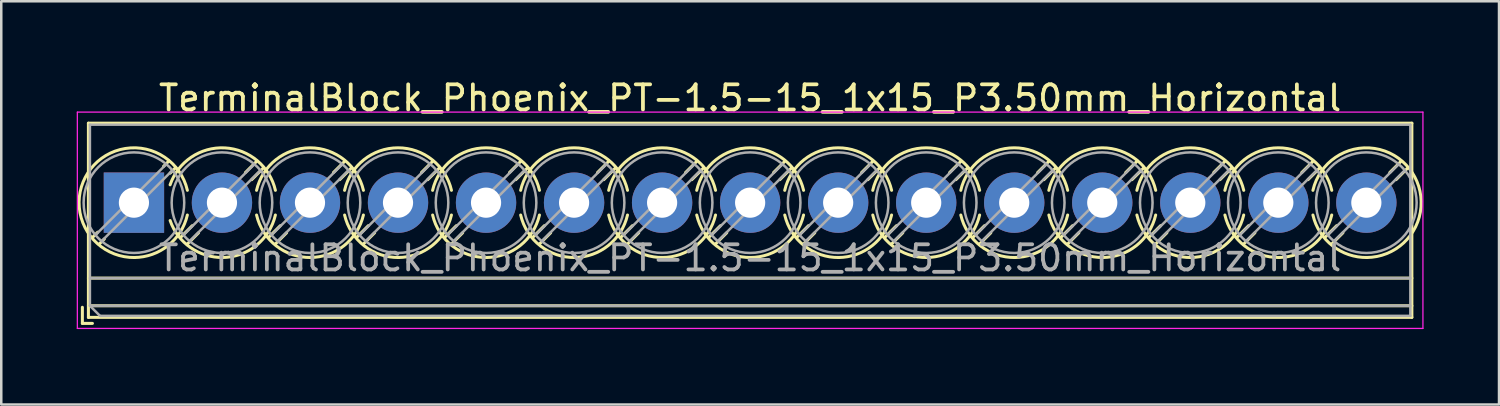
<source format=kicad_pcb>
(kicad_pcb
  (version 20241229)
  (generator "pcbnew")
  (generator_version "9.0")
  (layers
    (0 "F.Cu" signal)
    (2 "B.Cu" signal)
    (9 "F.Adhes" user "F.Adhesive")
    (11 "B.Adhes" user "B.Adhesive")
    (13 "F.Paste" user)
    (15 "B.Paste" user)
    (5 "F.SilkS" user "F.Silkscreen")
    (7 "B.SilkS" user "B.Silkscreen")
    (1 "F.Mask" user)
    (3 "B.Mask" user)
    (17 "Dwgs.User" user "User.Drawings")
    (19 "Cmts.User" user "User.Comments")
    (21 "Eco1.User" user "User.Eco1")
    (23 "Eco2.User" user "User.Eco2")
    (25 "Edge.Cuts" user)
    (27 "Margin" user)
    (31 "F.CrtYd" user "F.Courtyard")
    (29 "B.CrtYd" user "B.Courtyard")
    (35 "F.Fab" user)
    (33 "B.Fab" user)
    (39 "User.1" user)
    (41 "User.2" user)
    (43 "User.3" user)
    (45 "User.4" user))
  (footprint "TerminalBlock_Phoenix_PT-1.5-15_1x15_P3.50mm_Horizontal"
    (layer "F.Cu")
    (at 2.275 5.008)
    (property "Reference" "TerminalBlock_Phoenix_PT-1.5-15_1x15_P3.50mm_Horizontal" (at 24.5 -4.16 0) (layer "F.SilkS") (effects (font (size 1 1) (thickness 0.15))))
    (attr through_hole)
    (fp_line (start -2.05 4.16) (end -2.05 4.8) (stroke (width 0.12) (type solid)) (layer "F.SilkS"))
    (fp_line (start -2.05 4.8) (end -1.65 4.8) (stroke (width 0.12) (type solid)) (layer "F.SilkS"))
    (fp_line (start -1.81 -3.16) (end -1.81 4.56) (stroke (width 0.12) (type solid)) (layer "F.SilkS"))
    (fp_line (start -1.81 -3.16) (end 50.81 -3.16) (stroke (width 0.12) (type solid)) (layer "F.SilkS"))
    (fp_line (start -1.81 3) (end 50.81 3) (stroke (width 0.12) (type solid)) (layer "F.SilkS"))
    (fp_line (start -1.81 4.1) (end 50.81 4.1) (stroke (width 0.12) (type solid)) (layer "F.SilkS"))
    (fp_line (start -1.81 4.56) (end 50.81 4.56) (stroke (width 0.12) (type solid)) (layer "F.SilkS"))
    (fp_line (start -1.441 1.175) (end -1.654 1.388) (stroke (width 0.12) (type solid)) (layer "F.SilkS"))
    (fp_line (start -1.175 1.441) (end -1.388 1.654) (stroke (width 0.12) (type solid)) (layer "F.SilkS"))
    (fp_line (start 1.388 -1.654) (end 1.175 -1.441) (stroke (width 0.12) (type solid)) (layer "F.SilkS"))
    (fp_line (start 1.654 -1.388) (end 1.441 -1.175) (stroke (width 0.12) (type solid)) (layer "F.SilkS"))
    (fp_line (start 2.318 0.916) (end 1.847 1.388) (stroke (width 0.12) (type solid)) (layer "F.SilkS"))
    (fp_line (start 2.569 1.198) (end 2.113 1.654) (stroke (width 0.12) (type solid)) (layer "F.SilkS"))
    (fp_line (start 4.888 -1.654) (end 4.432 -1.198) (stroke (width 0.12) (type solid)) (layer "F.SilkS"))
    (fp_line (start 5.154 -1.388) (end 4.683 -0.916) (stroke (width 0.12) (type solid)) (layer "F.SilkS"))
    (fp_line (start 5.818 0.916) (end 5.347 1.388) (stroke (width 0.12) (type solid)) (layer "F.SilkS"))
    (fp_line (start 6.069 1.198) (end 5.613 1.654) (stroke (width 0.12) (type solid)) (layer "F.SilkS"))
    (fp_line (start 8.388 -1.654) (end 7.932 -1.198) (stroke (width 0.12) (type solid)) (layer "F.SilkS"))
    (fp_line (start 8.654 -1.388) (end 8.183 -0.916) (stroke (width 0.12) (type solid)) (layer "F.SilkS"))
    (fp_line (start 9.318 0.916) (end 8.847 1.388) (stroke (width 0.12) (type solid)) (layer "F.SilkS"))
    (fp_line (start 9.569 1.198) (end 9.113 1.654) (stroke (width 0.12) (type solid)) (layer "F.SilkS"))
    (fp_line (start 11.888 -1.654) (end 11.432 -1.198) (stroke (width 0.12) (type solid)) (layer "F.SilkS"))
    (fp_line (start 12.154 -1.388) (end 11.683 -0.916) (stroke (width 0.12) (type solid)) (layer "F.SilkS"))
    (fp_line (start 12.818 0.916) (end 12.347 1.388) (stroke (width 0.12) (type solid)) (layer "F.SilkS"))
    (fp_line (start 13.069 1.198) (end 12.613 1.654) (stroke (width 0.12) (type solid)) (layer "F.SilkS"))
    (fp_line (start 15.388 -1.654) (end 14.932 -1.198) (stroke (width 0.12) (type solid)) (layer "F.SilkS"))
    (fp_line (start 15.654 -1.388) (end 15.183 -0.916) (stroke (width 0.12) (type solid)) (layer "F.SilkS"))
    (fp_line (start 16.318 0.916) (end 15.847 1.388) (stroke (width 0.12) (type solid)) (layer "F.SilkS"))
    (fp_line (start 16.569 1.198) (end 16.113 1.654) (stroke (width 0.12) (type solid)) (layer "F.SilkS"))
    (fp_line (start 18.888 -1.654) (end 18.432 -1.198) (stroke (width 0.12) (type solid)) (layer "F.SilkS"))
    (fp_line (start 19.154 -1.388) (end 18.683 -0.916) (stroke (width 0.12) (type solid)) (layer "F.SilkS"))
    (fp_line (start 19.818 0.916) (end 19.347 1.388) (stroke (width 0.12) (type solid)) (layer "F.SilkS"))
    (fp_line (start 20.069 1.198) (end 19.613 1.654) (stroke (width 0.12) (type solid)) (layer "F.SilkS"))
    (fp_line (start 22.388 -1.654) (end 21.932 -1.198) (stroke (width 0.12) (type solid)) (layer "F.SilkS"))
    (fp_line (start 22.654 -1.388) (end 22.183 -0.916) (stroke (width 0.12) (type solid)) (layer "F.SilkS"))
    (fp_line (start 23.318 0.916) (end 22.847 1.388) (stroke (width 0.12) (type solid)) (layer "F.SilkS"))
    (fp_line (start 23.569 1.198) (end 23.113 1.654) (stroke (width 0.12) (type solid)) (layer "F.SilkS"))
    (fp_line (start 25.888 -1.654) (end 25.432 -1.198) (stroke (width 0.12) (type solid)) (layer "F.SilkS"))
    (fp_line (start 26.154 -1.388) (end 25.683 -0.916) (stroke (width 0.12) (type solid)) (layer "F.SilkS"))
    (fp_line (start 26.818 0.916) (end 26.347 1.388) (stroke (width 0.12) (type solid)) (layer "F.SilkS"))
    (fp_line (start 27.069 1.198) (end 26.613 1.654) (stroke (width 0.12) (type solid)) (layer "F.SilkS"))
    (fp_line (start 29.388 -1.654) (end 28.932 -1.198) (stroke (width 0.12) (type solid)) (layer "F.SilkS"))
    (fp_line (start 29.654 -1.388) (end 29.183 -0.916) (stroke (width 0.12) (type solid)) (layer "F.SilkS"))
    (fp_line (start 30.318 0.916) (end 29.847 1.388) (stroke (width 0.12) (type solid)) (layer "F.SilkS"))
    (fp_line (start 30.569 1.198) (end 30.113 1.654) (stroke (width 0.12) (type solid)) (layer "F.SilkS"))
    (fp_line (start 32.888 -1.654) (end 32.432 -1.198) (stroke (width 0.12) (type solid)) (layer "F.SilkS"))
    (fp_line (start 33.154 -1.388) (end 32.683 -0.916) (stroke (width 0.12) (type solid)) (layer "F.SilkS"))
    (fp_line (start 33.818 0.916) (end 33.347 1.388) (stroke (width 0.12) (type solid)) (layer "F.SilkS"))
    (fp_line (start 34.069 1.198) (end 33.613 1.654) (stroke (width 0.12) (type solid)) (layer "F.SilkS"))
    (fp_line (start 36.388 -1.654) (end 35.932 -1.198) (stroke (width 0.12) (type solid)) (layer "F.SilkS"))
    (fp_line (start 36.654 -1.388) (end 36.183 -0.916) (stroke (width 0.12) (type solid)) (layer "F.SilkS"))
    (fp_line (start 37.318 0.916) (end 36.847 1.388) (stroke (width 0.12) (type solid)) (layer "F.SilkS"))
    (fp_line (start 37.569 1.198) (end 37.113 1.654) (stroke (width 0.12) (type solid)) (layer "F.SilkS"))
    (fp_line (start 39.888 -1.654) (end 39.432 -1.198) (stroke (width 0.12) (type solid)) (layer "F.SilkS"))
    (fp_line (start 40.154 -1.388) (end 39.683 -0.916) (stroke (width 0.12) (type solid)) (layer "F.SilkS"))
    (fp_line (start 40.818 0.916) (end 40.347 1.388) (stroke (width 0.12) (type solid)) (layer "F.SilkS"))
    (fp_line (start 41.069 1.198) (end 40.613 1.654) (stroke (width 0.12) (type solid)) (layer "F.SilkS"))
    (fp_line (start 43.388 -1.654) (end 42.932 -1.198) (stroke (width 0.12) (type solid)) (layer "F.SilkS"))
    (fp_line (start 43.654 -1.388) (end 43.183 -0.916) (stroke (width 0.12) (type solid)) (layer "F.SilkS"))
    (fp_line (start 44.318 0.916) (end 43.847 1.388) (stroke (width 0.12) (type solid)) (layer "F.SilkS"))
    (fp_line (start 44.569 1.198) (end 44.113 1.654) (stroke (width 0.12) (type solid)) (layer "F.SilkS"))
    (fp_line (start 46.888 -1.654) (end 46.432 -1.198) (stroke (width 0.12) (type solid)) (layer "F.SilkS"))
    (fp_line (start 47.154 -1.388) (end 46.683 -0.916) (stroke (width 0.12) (type solid)) (layer "F.SilkS"))
    (fp_line (start 47.818 0.916) (end 47.347 1.388) (stroke (width 0.12) (type solid)) (layer "F.SilkS"))
    (fp_line (start 48.069 1.198) (end 47.613 1.654) (stroke (width 0.12) (type solid)) (layer "F.SilkS"))
    (fp_line (start 50.388 -1.654) (end 49.932 -1.198) (stroke (width 0.12) (type solid)) (layer "F.SilkS"))
    (fp_line (start 50.654 -1.388) (end 50.183 -0.916) (stroke (width 0.12) (type solid)) (layer "F.SilkS"))
    (fp_line (start 50.81 -3.16) (end 50.81 4.56) (stroke (width 0.12) (type solid)) (layer "F.SilkS"))
    (fp_arc (start 0.038458 2.180648) (mid -1.718884 -1.342439) (end 2.125 -0.491) (stroke (width 0.12) (type solid)) (layer "F.SilkS"))
    (fp_arc (start 1.437707 -0.709687) (mid 3.61375 -2.17802) (end 5.625 -0.491) (stroke (width 0.12) (type solid)) (layer "F.SilkS"))
    (fp_arc (start 2.124127 0.490393) (mid 1.357082 1.706086) (end 0 2.18) (stroke (width 0.12) (type solid)) (layer "F.SilkS"))
    (fp_arc (start 3.538366 2.17953) (mid 2.249943 1.785828) (end 1.439 0.71) (stroke (width 0.12) (type solid)) (layer "F.SilkS"))
    (fp_arc (start 4.874822 -0.490231) (mid 6.999605 -2.180988) (end 9.125 -0.491) (stroke (width 0.12) (type solid)) (layer "F.SilkS"))
    (fp_arc (start 5.624127 0.490393) (mid 4.857082 1.706086) (end 3.5 2.18) (stroke (width 0.12) (type solid)) (layer "F.SilkS"))
    (fp_arc (start 7.038666 2.17967) (mid 5.658338 1.718255) (end 4.876 0.491) (stroke (width 0.12) (type solid)) (layer "F.SilkS"))
    (fp_arc (start 8.374822 -0.490231) (mid 10.499605 -2.180988) (end 12.625 -0.491) (stroke (width 0.12) (type solid)) (layer "F.SilkS"))
    (fp_arc (start 9.124127 0.490393) (mid 8.357082 1.706086) (end 7 2.18) (stroke (width 0.12) (type solid)) (layer "F.SilkS"))
    (fp_arc (start 10.538666 2.17967) (mid 9.158338 1.718255) (end 8.376 0.491) (stroke (width 0.12) (type solid)) (layer "F.SilkS"))
    (fp_arc (start 11.874822 -0.490231) (mid 13.999605 -2.180988) (end 16.125 -0.491) (stroke (width 0.12) (type solid)) (layer "F.SilkS"))
    (fp_arc (start 12.624127 0.490393) (mid 11.857082 1.706086) (end 10.5 2.18) (stroke (width 0.12) (type solid)) (layer "F.SilkS"))
    (fp_arc (start 14.038666 2.17967) (mid 12.658338 1.718255) (end 11.876 0.491) (stroke (width 0.12) (type solid)) (layer "F.SilkS"))
    (fp_arc (start 15.374822 -0.490231) (mid 17.499605 -2.180988) (end 19.625 -0.491) (stroke (width 0.12) (type solid)) (layer "F.SilkS"))
    (fp_arc (start 16.124127 0.490393) (mid 15.357082 1.706086) (end 14 2.18) (stroke (width 0.12) (type solid)) (layer "F.SilkS"))
    (fp_arc (start 17.538666 2.17967) (mid 16.158338 1.718255) (end 15.376 0.491) (stroke (width 0.12) (type solid)) (layer "F.SilkS"))
    (fp_arc (start 18.874822 -0.490231) (mid 20.999605 -2.180988) (end 23.125 -0.491) (stroke (width 0.12) (type solid)) (layer "F.SilkS"))
    (fp_arc (start 19.624127 0.490393) (mid 18.857082 1.706086) (end 17.5 2.18) (stroke (width 0.12) (type solid)) (layer "F.SilkS"))
    (fp_arc (start 21.038666 2.17967) (mid 19.658338 1.718255) (end 18.876 0.491) (stroke (width 0.12) (type solid)) (layer "F.SilkS"))
    (fp_arc (start 22.374822 -0.490231) (mid 24.499605 -2.180988) (end 26.625 -0.491) (stroke (width 0.12) (type solid)) (layer "F.SilkS"))
    (fp_arc (start 23.124127 0.490393) (mid 22.357082 1.706086) (end 21 2.18) (stroke (width 0.12) (type solid)) (layer "F.SilkS"))
    (fp_arc (start 24.538666 2.17967) (mid 23.158338 1.718255) (end 22.376 0.491) (stroke (width 0.12) (type solid)) (layer "F.SilkS"))
    (fp_arc (start 25.874822 -0.490231) (mid 27.999605 -2.180988) (end 30.125 -0.491) (stroke (width 0.12) (type solid)) (layer "F.SilkS"))
    (fp_arc (start 26.624127 0.490393) (mid 25.857082 1.706086) (end 24.5 2.18) (stroke (width 0.12) (type solid)) (layer "F.SilkS"))
    (fp_arc (start 28.038666 2.17967) (mid 26.658338 1.718255) (end 25.876 0.491) (stroke (width 0.12) (type solid)) (layer "F.SilkS"))
    (fp_arc (start 29.374822 -0.490231) (mid 31.499605 -2.180988) (end 33.625 -0.491) (stroke (width 0.12) (type solid)) (layer "F.SilkS"))
    (fp_arc (start 30.124127 0.490393) (mid 29.357082 1.706086) (end 28 2.18) (stroke (width 0.12) (type solid)) (layer "F.SilkS"))
    (fp_arc (start 31.538666 2.17967) (mid 30.158338 1.718255) (end 29.376 0.491) (stroke (width 0.12) (type solid)) (layer "F.SilkS"))
    (fp_arc (start 32.874822 -0.490231) (mid 34.999605 -2.180988) (end 37.125 -0.491) (stroke (width 0.12) (type solid)) (layer "F.SilkS"))
    (fp_arc (start 33.624127 0.490393) (mid 32.857082 1.706086) (end 31.5 2.18) (stroke (width 0.12) (type solid)) (layer "F.SilkS"))
    (fp_arc (start 35.038666 2.17967) (mid 33.658338 1.718255) (end 32.876 0.491) (stroke (width 0.12) (type solid)) (layer "F.SilkS"))
    (fp_arc (start 36.374822 -0.490231) (mid 38.499605 -2.180988) (end 40.625 -0.491) (stroke (width 0.12) (type solid)) (layer "F.SilkS"))
    (fp_arc (start 37.124127 0.490393) (mid 36.357082 1.706086) (end 35 2.18) (stroke (width 0.12) (type solid)) (layer "F.SilkS"))
    (fp_arc (start 38.538666 2.17967) (mid 37.158338 1.718255) (end 36.376 0.491) (stroke (width 0.12) (type solid)) (layer "F.SilkS"))
    (fp_arc (start 39.874822 -0.490231) (mid 41.999605 -2.180988) (end 44.125 -0.491) (stroke (width 0.12) (type solid)) (layer "F.SilkS"))
    (fp_arc (start 40.624127 0.490393) (mid 39.857082 1.706086) (end 38.5 2.18) (stroke (width 0.12) (type solid)) (layer "F.SilkS"))
    (fp_arc (start 42.038666 2.17967) (mid 40.658338 1.718255) (end 39.876 0.491) (stroke (width 0.12) (type solid)) (layer "F.SilkS"))
    (fp_arc (start 43.374822 -0.490231) (mid 45.499605 -2.180988) (end 47.625 -0.491) (stroke (width 0.12) (type solid)) (layer "F.SilkS"))
    (fp_arc (start 44.124127 0.490393) (mid 43.357082 1.706086) (end 42 2.18) (stroke (width 0.12) (type solid)) (layer "F.SilkS"))
    (fp_arc (start 45.538666 2.17967) (mid 44.158338 1.718255) (end 43.376 0.491) (stroke (width 0.12) (type solid)) (layer "F.SilkS"))
    (fp_arc (start 46.875873 -0.490393) (mid 50.706086 -1.357082) (end 49 2.18) (stroke (width 0.12) (type solid)) (layer "F.SilkS"))
    (fp_arc (start 47.624127 0.490393) (mid 46.857082 1.706086) (end 45.5 2.18) (stroke (width 0.12) (type solid)) (layer "F.SilkS"))
    (fp_arc (start 49.038666 2.17967) (mid 47.658338 1.718255) (end 46.876 0.491) (stroke (width 0.12) (type solid)) (layer "F.SilkS"))
    (fp_line (start -2.25 -3.6) (end -2.25 5) (stroke (width 0.05) (type solid)) (layer "F.CrtYd"))
    (fp_line (start -2.25 5) (end 51.25 5) (stroke (width 0.05) (type solid)) (layer "F.CrtYd"))
    (fp_line (start 51.25 -3.6) (end -2.25 -3.6) (stroke (width 0.05) (type solid)) (layer "F.CrtYd"))
    (fp_line (start 51.25 5) (end 51.25 -3.6) (stroke (width 0.05) (type solid)) (layer "F.CrtYd"))
    (fp_line (start -1.75 -3.1) (end 50.75 -3.1) (stroke (width 0.1) (type solid)) (layer "F.Fab"))
    (fp_line (start -1.75 3) (end 50.75 3) (stroke (width 0.1) (type solid)) (layer "F.Fab"))
    (fp_line (start -1.75 4.1) (end -1.75 -3.1) (stroke (width 0.1) (type solid)) (layer "F.Fab"))
    (fp_line (start -1.75 4.1) (end 50.75 4.1) (stroke (width 0.1) (type solid)) (layer "F.Fab"))
    (fp_line (start -1.35 4.5) (end -1.75 4.1) (stroke (width 0.1) (type solid)) (layer "F.Fab"))
    (fp_line (start 1.273 -1.517) (end -1.517 1.273) (stroke (width 0.1) (type solid)) (layer "F.Fab"))
    (fp_line (start 1.517 -1.273) (end -1.273 1.517) (stroke (width 0.1) (type solid)) (layer "F.Fab"))
    (fp_line (start 4.773 -1.517) (end 1.984 1.273) (stroke (width 0.1) (type solid)) (layer "F.Fab"))
    (fp_line (start 5.017 -1.273) (end 2.228 1.517) (stroke (width 0.1) (type solid)) (layer "F.Fab"))
    (fp_line (start 8.273 -1.517) (end 5.484 1.273) (stroke (width 0.1) (type solid)) (layer "F.Fab"))
    (fp_line (start 8.517 -1.273) (end 5.728 1.517) (stroke (width 0.1) (type solid)) (layer "F.Fab"))
    (fp_line (start 11.773 -1.517) (end 8.984 1.273) (stroke (width 0.1) (type solid)) (layer "F.Fab"))
    (fp_line (start 12.017 -1.273) (end 9.228 1.517) (stroke (width 0.1) (type solid)) (layer "F.Fab"))
    (fp_line (start 15.273 -1.517) (end 12.484 1.273) (stroke (width 0.1) (type solid)) (layer "F.Fab"))
    (fp_line (start 15.517 -1.273) (end 12.728 1.517) (stroke (width 0.1) (type solid)) (layer "F.Fab"))
    (fp_line (start 18.773 -1.517) (end 15.984 1.273) (stroke (width 0.1) (type solid)) (layer "F.Fab"))
    (fp_line (start 19.017 -1.273) (end 16.228 1.517) (stroke (width 0.1) (type solid)) (layer "F.Fab"))
    (fp_line (start 22.273 -1.517) (end 19.484 1.273) (stroke (width 0.1) (type solid)) (layer "F.Fab"))
    (fp_line (start 22.517 -1.273) (end 19.728 1.517) (stroke (width 0.1) (type solid)) (layer "F.Fab"))
    (fp_line (start 25.773 -1.517) (end 22.984 1.273) (stroke (width 0.1) (type solid)) (layer "F.Fab"))
    (fp_line (start 26.017 -1.273) (end 23.228 1.517) (stroke (width 0.1) (type solid)) (layer "F.Fab"))
    (fp_line (start 29.273 -1.517) (end 26.484 1.273) (stroke (width 0.1) (type solid)) (layer "F.Fab"))
    (fp_line (start 29.517 -1.273) (end 26.728 1.517) (stroke (width 0.1) (type solid)) (layer "F.Fab"))
    (fp_line (start 32.773 -1.517) (end 29.984 1.273) (stroke (width 0.1) (type solid)) (layer "F.Fab"))
    (fp_line (start 33.017 -1.273) (end 30.228 1.517) (stroke (width 0.1) (type solid)) (layer "F.Fab"))
    (fp_line (start 36.273 -1.517) (end 33.484 1.273) (stroke (width 0.1) (type solid)) (layer "F.Fab"))
    (fp_line (start 36.517 -1.273) (end 33.728 1.517) (stroke (width 0.1) (type solid)) (layer "F.Fab"))
    (fp_line (start 39.773 -1.517) (end 36.984 1.273) (stroke (width 0.1) (type solid)) (layer "F.Fab"))
    (fp_line (start 40.017 -1.273) (end 37.228 1.517) (stroke (width 0.1) (type solid)) (layer "F.Fab"))
    (fp_line (start 43.273 -1.517) (end 40.484 1.273) (stroke (width 0.1) (type solid)) (layer "F.Fab"))
    (fp_line (start 43.517 -1.273) (end 40.728 1.517) (stroke (width 0.1) (type solid)) (layer "F.Fab"))
    (fp_line (start 46.773 -1.517) (end 43.984 1.273) (stroke (width 0.1) (type solid)) (layer "F.Fab"))
    (fp_line (start 47.017 -1.273) (end 44.228 1.517) (stroke (width 0.1) (type solid)) (layer "F.Fab"))
    (fp_line (start 50.273 -1.517) (end 47.484 1.273) (stroke (width 0.1) (type solid)) (layer "F.Fab"))
    (fp_line (start 50.517 -1.273) (end 47.728 1.517) (stroke (width 0.1) (type solid)) (layer "F.Fab"))
    (fp_line (start 50.75 -3.1) (end 50.75 4.5) (stroke (width 0.1) (type solid)) (layer "F.Fab"))
    (fp_line (start 50.75 4.5) (end -1.35 4.5) (stroke (width 0.1) (type solid)) (layer "F.Fab"))
    (fp_circle (center 0 0) (end 2 0) (stroke (width 0.1) (type solid)) (fill no) (layer "F.Fab"))
    (fp_circle (center 3.5 0) (end 5.5 0) (stroke (width 0.1) (type solid)) (fill no) (layer "F.Fab"))
    (fp_circle (center 7 0) (end 9 0) (stroke (width 0.1) (type solid)) (fill no) (layer "F.Fab"))
    (fp_circle (center 10.5 0) (end 12.5 0) (stroke (width 0.1) (type solid)) (fill no) (layer "F.Fab"))
    (fp_circle (center 14 0) (end 16 0) (stroke (width 0.1) (type solid)) (fill no) (layer "F.Fab"))
    (fp_circle (center 17.5 0) (end 19.5 0) (stroke (width 0.1) (type solid)) (fill no) (layer "F.Fab"))
    (fp_circle (center 21 0) (end 23 0) (stroke (width 0.1) (type solid)) (fill no) (layer "F.Fab"))
    (fp_circle (center 24.5 0) (end 26.5 0) (stroke (width 0.1) (type solid)) (fill no) (layer "F.Fab"))
    (fp_circle (center 28 0) (end 30 0) (stroke (width 0.1) (type solid)) (fill no) (layer "F.Fab"))
    (fp_circle (center 31.5 0) (end 33.5 0) (stroke (width 0.1) (type solid)) (fill no) (layer "F.Fab"))
    (fp_circle (center 35 0) (end 37 0) (stroke (width 0.1) (type solid)) (fill no) (layer "F.Fab"))
    (fp_circle (center 38.5 0) (end 40.5 0) (stroke (width 0.1) (type solid)) (fill no) (layer "F.Fab"))
    (fp_circle (center 42 0) (end 44 0) (stroke (width 0.1) (type solid)) (fill no) (layer "F.Fab"))
    (fp_circle (center 45.5 0) (end 47.5 0) (stroke (width 0.1) (type solid)) (fill no) (layer "F.Fab"))
    (fp_circle (center 49 0) (end 51 0) (stroke (width 0.1) (type solid)) (fill no) (layer "F.Fab"))
    (fp_text user "${REFERENCE}" (at 24.5 2.2 0) (layer "F.Fab") (effects (font (size 1 1) (thickness 0.15))))
    (pad "1" thru_hole rect (at 0 0) (size 2.4 2.4) (drill 1.2) (layers "*.Cu" "*.Mask"))
    (pad "2" thru_hole circle (at 3.5 0) (size 2.4 2.4) (drill 1.2) (layers "*.Cu" "*.Mask"))
    (pad "3" thru_hole circle (at 7 0) (size 2.4 2.4) (drill 1.2) (layers "*.Cu" "*.Mask"))
    (pad "4" thru_hole circle (at 10.5 0) (size 2.4 2.4) (drill 1.2) (layers "*.Cu" "*.Mask"))
    (pad "5" thru_hole circle (at 14 0) (size 2.4 2.4) (drill 1.2) (layers "*.Cu" "*.Mask"))
    (pad "6" thru_hole circle (at 17.5 0) (size 2.4 2.4) (drill 1.2) (layers "*.Cu" "*.Mask"))
    (pad "7" thru_hole circle (at 21 0) (size 2.4 2.4) (drill 1.2) (layers "*.Cu" "*.Mask"))
    (pad "8" thru_hole circle (at 24.5 0) (size 2.4 2.4) (drill 1.2) (layers "*.Cu" "*.Mask"))
    (pad "9" thru_hole circle (at 28 0) (size 2.4 2.4) (drill 1.2) (layers "*.Cu" "*.Mask"))
    (pad "10" thru_hole circle (at 31.5 0) (size 2.4 2.4) (drill 1.2) (layers "*.Cu" "*.Mask"))
    (pad "11" thru_hole circle (at 35 0) (size 2.4 2.4) (drill 1.2) (layers "*.Cu" "*.Mask"))
    (pad "12" thru_hole circle (at 38.5 0) (size 2.4 2.4) (drill 1.2) (layers "*.Cu" "*.Mask"))
    (pad "13" thru_hole circle (at 42 0) (size 2.4 2.4) (drill 1.2) (layers "*.Cu" "*.Mask"))
    (pad "14" thru_hole circle (at 45.5 0) (size 2.4 2.4) (drill 1.2) (layers "*.Cu" "*.Mask"))
    (pad "15" thru_hole circle (at 49 0) (size 2.4 2.4) (drill 1.2) (layers "*.Cu" "*.Mask")))
  (gr_rect
    (start -3 -3)
    (end 56.55 13.033)
    (stroke (width 0.1) (type default))
    (fill no)
    (layer "Edge.Cuts")))
</source>
